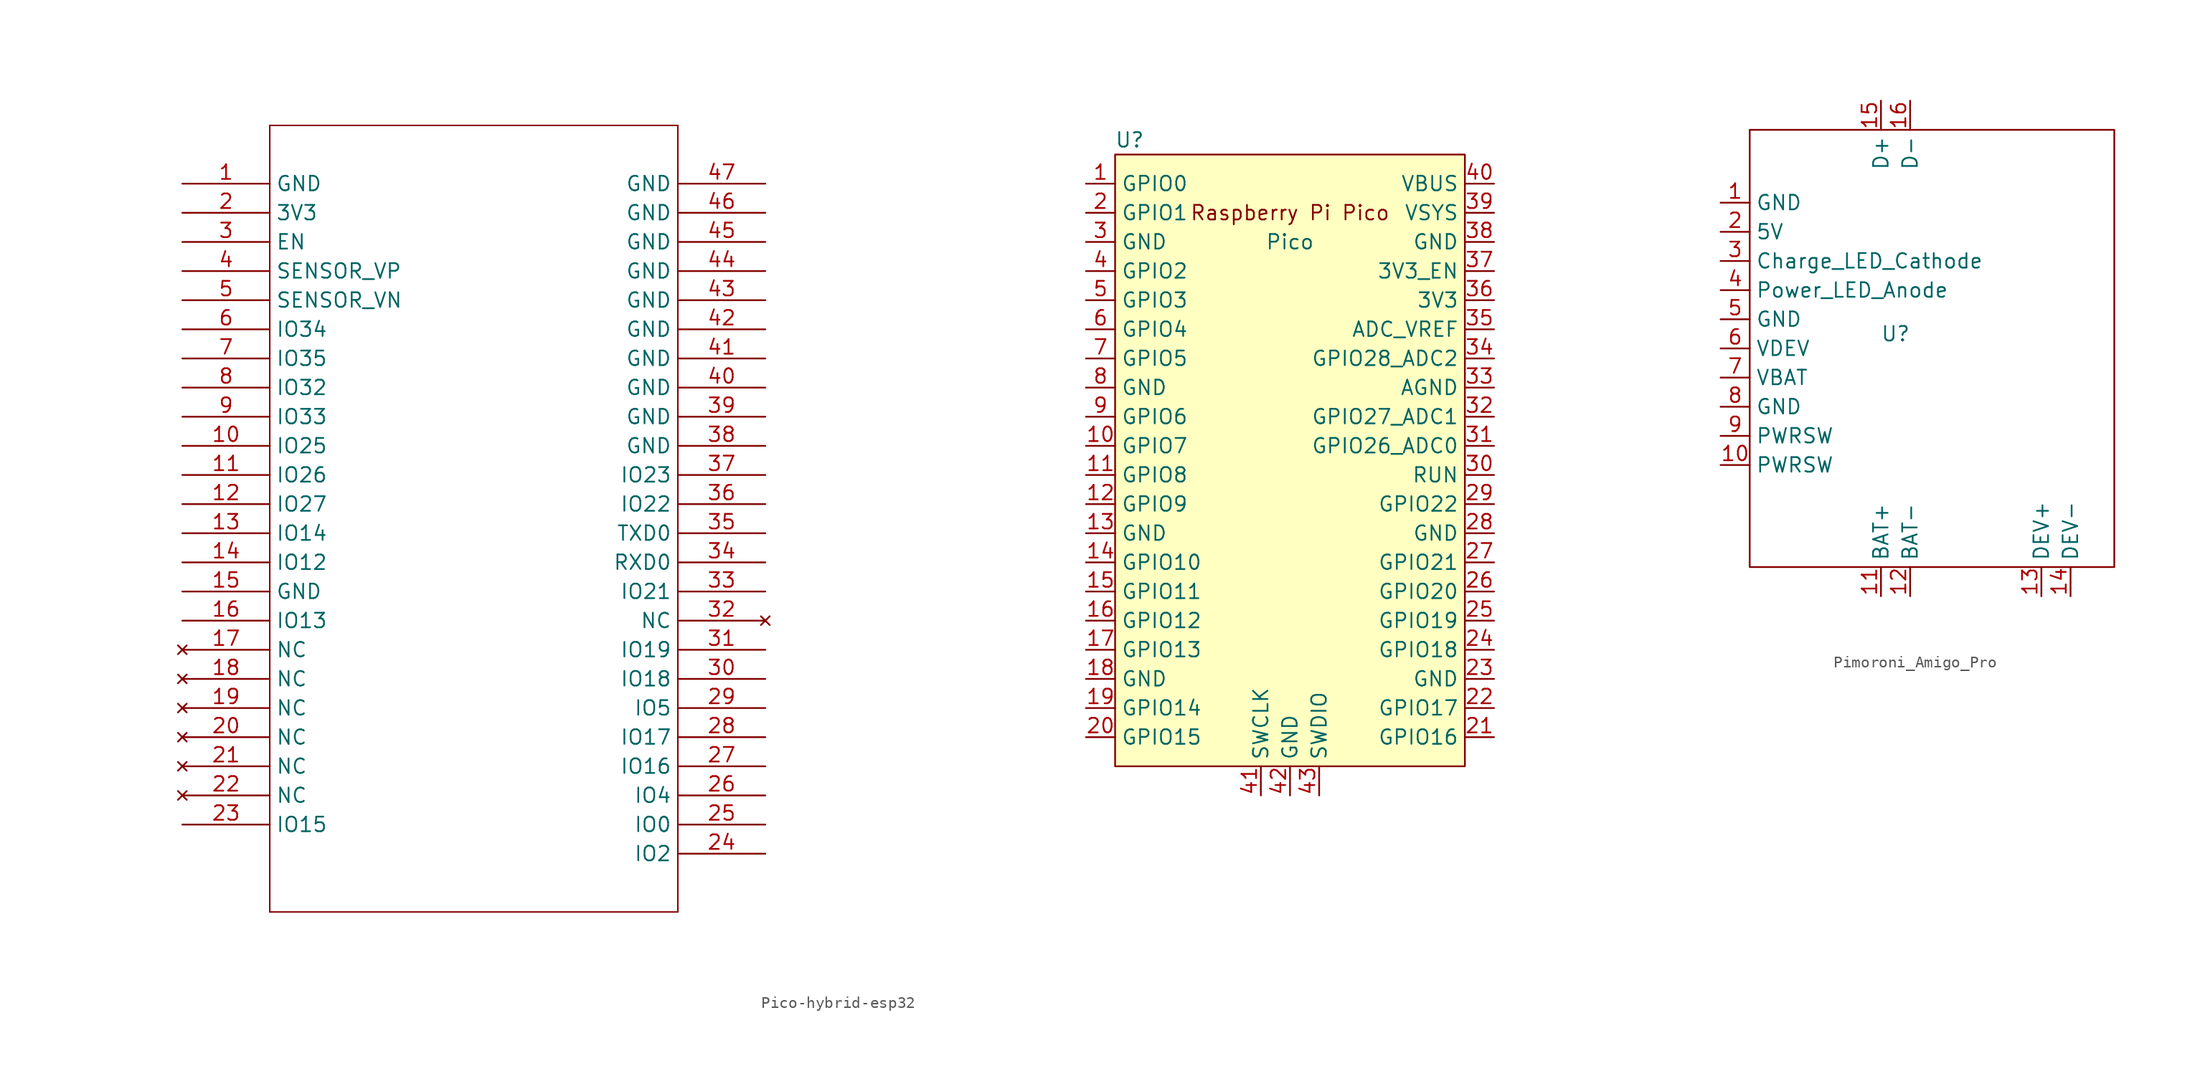
<source format=kicad_sym>
(kicad_symbol_lib
  (version 20220914)
  (generator kicad_symbol_editor)
  (symbol "Pico-hybrid-esp32"
    (property "Reference" "U"
      (at -13.97 27.94 0)
      (effects (font (size 1.27 1.27))))
    (property "Value" "Pico"
      (at 0 19.05 0)
      (effects (font (size 1.27 1.27))))
    (symbol "Pico-hybrid-esp32_0_0"
      (text "Raspberry Pi Pico" (at 0 21.59 0) (effects (font (size 1.27 1.27)))))
    (symbol "Pico-hybrid-esp32_0_1"
      (rectangle (start -15.24 26.67) (end 15.24 -26.67) (stroke (width 0) (type default)) (fill (type background)))
      (polyline (pts (xy -88.9 -39.37) (xy -53.34 -39.37)) (stroke (width 0.127) (type default)) (fill (type none)))
      (polyline (pts (xy -88.9 29.21) (xy -88.9 -39.37)) (stroke (width 0.127) (type default)) (fill (type none)))
      (polyline (pts (xy -53.34 -39.37) (xy -53.34 29.21)) (stroke (width 0.127) (type default)) (fill (type none)))
      (polyline (pts (xy -53.34 29.21) (xy -88.9 29.21)) (stroke (width 0.127) (type default)) (fill (type none)))
      (pin power_out line (at -96.52 24.13 0) (length 7.62) (name "GND" (effects (font (size 1.27 1.27)))) (number "1" (effects (font (size 1.27 1.27)))))
      (pin bidirectional line (at -96.52 1.27 0) (length 7.62) (name "IO25" (effects (font (size 1.27 1.27)))) (number "10" (effects (font (size 1.27 1.27)))))
      (pin bidirectional line (at -96.52 -1.27 0) (length 7.62) (name "IO26" (effects (font (size 1.27 1.27)))) (number "11" (effects (font (size 1.27 1.27)))))
      (pin bidirectional line (at -96.52 -3.81 0) (length 7.62) (name "IO27" (effects (font (size 1.27 1.27)))) (number "12" (effects (font (size 1.27 1.27)))))
      (pin bidirectional line (at -96.52 -6.35 0) (length 7.62) (name "IO14" (effects (font (size 1.27 1.27)))) (number "13" (effects (font (size 1.27 1.27)))))
      (pin bidirectional line (at -96.52 -8.89 0) (length 7.62) (name "IO12" (effects (font (size 1.27 1.27)))) (number "14" (effects (font (size 1.27 1.27)))))
      (pin power_out line (at -96.52 -11.43 0) (length 7.62) (name "GND" (effects (font (size 1.27 1.27)))) (number "15" (effects (font (size 1.27 1.27)))))
      (pin bidirectional line (at -96.52 -13.97 0) (length 7.62) (name "IO13" (effects (font (size 1.27 1.27)))) (number "16" (effects (font (size 1.27 1.27)))))
      (pin no_connect line (at -96.52 -16.51 0) (length 7.62) (name "NC" (effects (font (size 1.27 1.27)))) (number "17" (effects (font (size 1.27 1.27)))))
      (pin no_connect line (at -96.52 -19.05 0) (length 7.62) (name "NC" (effects (font (size 1.27 1.27)))) (number "18" (effects (font (size 1.27 1.27)))))
      (pin no_connect line (at -96.52 -21.59 0) (length 7.62) (name "NC" (effects (font (size 1.27 1.27)))) (number "19" (effects (font (size 1.27 1.27)))))
      (pin power_in line (at -96.52 21.59 0) (length 7.62) (name "3V3" (effects (font (size 1.27 1.27)))) (number "2" (effects (font (size 1.27 1.27)))))
      (pin no_connect line (at -96.52 -24.13 0) (length 7.62) (name "NC" (effects (font (size 1.27 1.27)))) (number "20" (effects (font (size 1.27 1.27)))))
      (pin no_connect line (at -96.52 -26.67 0) (length 7.62) (name "NC" (effects (font (size 1.27 1.27)))) (number "21" (effects (font (size 1.27 1.27)))))
      (pin no_connect line (at -96.52 -29.21 0) (length 7.62) (name "NC" (effects (font (size 1.27 1.27)))) (number "22" (effects (font (size 1.27 1.27)))))
      (pin bidirectional line (at -96.52 -31.75 0) (length 7.62) (name "IO15" (effects (font (size 1.27 1.27)))) (number "23" (effects (font (size 1.27 1.27)))))
      (pin bidirectional line (at -45.72 -34.29 180) (length 7.62) (name "IO2" (effects (font (size 1.27 1.27)))) (number "24" (effects (font (size 1.27 1.27)))))
      (pin bidirectional line (at -45.72 -31.75 180) (length 7.62) (name "IO0" (effects (font (size 1.27 1.27)))) (number "25" (effects (font (size 1.27 1.27)))))
      (pin bidirectional line (at -45.72 -29.21 180) (length 7.62) (name "IO4" (effects (font (size 1.27 1.27)))) (number "26" (effects (font (size 1.27 1.27)))))
      (pin bidirectional line (at -45.72 -26.67 180) (length 7.62) (name "IO16" (effects (font (size 1.27 1.27)))) (number "27" (effects (font (size 1.27 1.27)))))
      (pin bidirectional line (at -45.72 -24.13 180) (length 7.62) (name "IO17" (effects (font (size 1.27 1.27)))) (number "28" (effects (font (size 1.27 1.27)))))
      (pin bidirectional line (at -45.72 -21.59 180) (length 7.62) (name "IO5" (effects (font (size 1.27 1.27)))) (number "29" (effects (font (size 1.27 1.27)))))
      (pin input line (at -96.52 19.05 0) (length 7.62) (name "EN" (effects (font (size 1.27 1.27)))) (number "3" (effects (font (size 1.27 1.27)))))
      (pin bidirectional line (at -45.72 -19.05 180) (length 7.62) (name "IO18" (effects (font (size 1.27 1.27)))) (number "30" (effects (font (size 1.27 1.27)))))
      (pin bidirectional line (at -45.72 -16.51 180) (length 7.62) (name "IO19" (effects (font (size 1.27 1.27)))) (number "31" (effects (font (size 1.27 1.27)))))
      (pin no_connect line (at -45.72 -13.97 180) (length 7.62) (name "NC" (effects (font (size 1.27 1.27)))) (number "32" (effects (font (size 1.27 1.27)))))
      (pin bidirectional line (at -45.72 -11.43 180) (length 7.62) (name "IO21" (effects (font (size 1.27 1.27)))) (number "33" (effects (font (size 1.27 1.27)))))
      (pin bidirectional line (at -45.72 -8.89 180) (length 7.62) (name "RXD0" (effects (font (size 1.27 1.27)))) (number "34" (effects (font (size 1.27 1.27)))))
      (pin bidirectional line (at -45.72 -6.35 180) (length 7.62) (name "TXD0" (effects (font (size 1.27 1.27)))) (number "35" (effects (font (size 1.27 1.27)))))
      (pin bidirectional line (at -45.72 -3.81 180) (length 7.62) (name "IO22" (effects (font (size 1.27 1.27)))) (number "36" (effects (font (size 1.27 1.27)))))
      (pin bidirectional line (at -45.72 -1.27 180) (length 7.62) (name "IO23" (effects (font (size 1.27 1.27)))) (number "37" (effects (font (size 1.27 1.27)))))
      (pin power_out line (at -45.72 1.27 180) (length 7.62) (name "GND" (effects (font (size 1.27 1.27)))) (number "38" (effects (font (size 1.27 1.27)))))
      (pin power_out line (at -45.72 3.81 180) (length 7.62) (name "GND" (effects (font (size 1.27 1.27)))) (number "39" (effects (font (size 1.27 1.27)))))
      (pin input line (at -96.52 16.51 0) (length 7.62) (name "SENSOR_VP" (effects (font (size 1.27 1.27)))) (number "4" (effects (font (size 1.27 1.27)))))
      (pin power_out line (at -45.72 6.35 180) (length 7.62) (name "GND" (effects (font (size 1.27 1.27)))) (number "40" (effects (font (size 1.27 1.27)))))
      (pin power_out line (at -45.72 8.89 180) (length 7.62) (name "GND" (effects (font (size 1.27 1.27)))) (number "41" (effects (font (size 1.27 1.27)))))
      (pin power_out line (at -45.72 11.43 180) (length 7.62) (name "GND" (effects (font (size 1.27 1.27)))) (number "42" (effects (font (size 1.27 1.27)))))
      (pin power_out line (at -45.72 13.97 180) (length 7.62) (name "GND" (effects (font (size 1.27 1.27)))) (number "43" (effects (font (size 1.27 1.27)))))
      (pin power_out line (at -45.72 16.51 180) (length 7.62) (name "GND" (effects (font (size 1.27 1.27)))) (number "44" (effects (font (size 1.27 1.27)))))
      (pin power_out line (at -45.72 19.05 180) (length 7.62) (name "GND" (effects (font (size 1.27 1.27)))) (number "45" (effects (font (size 1.27 1.27)))))
      (pin power_out line (at -45.72 21.59 180) (length 7.62) (name "GND" (effects (font (size 1.27 1.27)))) (number "46" (effects (font (size 1.27 1.27)))))
      (pin power_out line (at -45.72 24.13 180) (length 7.62) (name "GND" (effects (font (size 1.27 1.27)))) (number "47" (effects (font (size 1.27 1.27)))))
      (pin input line (at -96.52 13.97 0) (length 7.62) (name "SENSOR_VN" (effects (font (size 1.27 1.27)))) (number "5" (effects (font (size 1.27 1.27)))))
      (pin input line (at -96.52 11.43 0) (length 7.62) (name "IO34" (effects (font (size 1.27 1.27)))) (number "6" (effects (font (size 1.27 1.27)))))
      (pin input line (at -96.52 8.89 0) (length 7.62) (name "IO35" (effects (font (size 1.27 1.27)))) (number "7" (effects (font (size 1.27 1.27)))))
      (pin bidirectional line (at -96.52 6.35 0) (length 7.62) (name "IO32" (effects (font (size 1.27 1.27)))) (number "8" (effects (font (size 1.27 1.27)))))
      (pin bidirectional line (at -96.52 3.81 0) (length 7.62) (name "IO33" (effects (font (size 1.27 1.27)))) (number "9" (effects (font (size 1.27 1.27))))))
    (symbol "Pico-hybrid-esp32_1_1"
      (pin bidirectional line (at -17.78 24.13 0) (length 2.54) (name "GPIO0" (effects (font (size 1.27 1.27)))) (number "1" (effects (font (size 1.27 1.27)))))
      (pin bidirectional line (at -17.78 1.27 0) (length 2.54) (name "GPIO7" (effects (font (size 1.27 1.27)))) (number "10" (effects (font (size 1.27 1.27)))))
      (pin bidirectional line (at -17.78 -1.27 0) (length 2.54) (name "GPIO8" (effects (font (size 1.27 1.27)))) (number "11" (effects (font (size 1.27 1.27)))))
      (pin bidirectional line (at -17.78 -3.81 0) (length 2.54) (name "GPIO9" (effects (font (size 1.27 1.27)))) (number "12" (effects (font (size 1.27 1.27)))))
      (pin power_in line (at -17.78 -6.35 0) (length 2.54) (name "GND" (effects (font (size 1.27 1.27)))) (number "13" (effects (font (size 1.27 1.27)))))
      (pin bidirectional line (at -17.78 -8.89 0) (length 2.54) (name "GPIO10" (effects (font (size 1.27 1.27)))) (number "14" (effects (font (size 1.27 1.27)))))
      (pin bidirectional line (at -17.78 -11.43 0) (length 2.54) (name "GPIO11" (effects (font (size 1.27 1.27)))) (number "15" (effects (font (size 1.27 1.27)))))
      (pin bidirectional line (at -17.78 -13.97 0) (length 2.54) (name "GPIO12" (effects (font (size 1.27 1.27)))) (number "16" (effects (font (size 1.27 1.27)))))
      (pin bidirectional line (at -17.78 -16.51 0) (length 2.54) (name "GPIO13" (effects (font (size 1.27 1.27)))) (number "17" (effects (font (size 1.27 1.27)))))
      (pin power_in line (at -17.78 -19.05 0) (length 2.54) (name "GND" (effects (font (size 1.27 1.27)))) (number "18" (effects (font (size 1.27 1.27)))))
      (pin bidirectional line (at -17.78 -21.59 0) (length 2.54) (name "GPIO14" (effects (font (size 1.27 1.27)))) (number "19" (effects (font (size 1.27 1.27)))))
      (pin bidirectional line (at -17.78 21.59 0) (length 2.54) (name "GPIO1" (effects (font (size 1.27 1.27)))) (number "2" (effects (font (size 1.27 1.27)))))
      (pin bidirectional line (at -17.78 -24.13 0) (length 2.54) (name "GPIO15" (effects (font (size 1.27 1.27)))) (number "20" (effects (font (size 1.27 1.27)))))
      (pin bidirectional line (at 17.78 -24.13 180) (length 2.54) (name "GPIO16" (effects (font (size 1.27 1.27)))) (number "21" (effects (font (size 1.27 1.27)))))
      (pin bidirectional line (at 17.78 -21.59 180) (length 2.54) (name "GPIO17" (effects (font (size 1.27 1.27)))) (number "22" (effects (font (size 1.27 1.27)))))
      (pin power_in line (at 17.78 -19.05 180) (length 2.54) (name "GND" (effects (font (size 1.27 1.27)))) (number "23" (effects (font (size 1.27 1.27)))))
      (pin bidirectional line (at 17.78 -16.51 180) (length 2.54) (name "GPIO18" (effects (font (size 1.27 1.27)))) (number "24" (effects (font (size 1.27 1.27)))))
      (pin bidirectional line (at 17.78 -13.97 180) (length 2.54) (name "GPIO19" (effects (font (size 1.27 1.27)))) (number "25" (effects (font (size 1.27 1.27)))))
      (pin bidirectional line (at 17.78 -11.43 180) (length 2.54) (name "GPIO20" (effects (font (size 1.27 1.27)))) (number "26" (effects (font (size 1.27 1.27)))))
      (pin bidirectional line (at 17.78 -8.89 180) (length 2.54) (name "GPIO21" (effects (font (size 1.27 1.27)))) (number "27" (effects (font (size 1.27 1.27)))))
      (pin power_in line (at 17.78 -6.35 180) (length 2.54) (name "GND" (effects (font (size 1.27 1.27)))) (number "28" (effects (font (size 1.27 1.27)))))
      (pin bidirectional line (at 17.78 -3.81 180) (length 2.54) (name "GPIO22" (effects (font (size 1.27 1.27)))) (number "29" (effects (font (size 1.27 1.27)))))
      (pin power_in line (at -17.78 19.05 0) (length 2.54) (name "GND" (effects (font (size 1.27 1.27)))) (number "3" (effects (font (size 1.27 1.27)))))
      (pin input line (at 17.78 -1.27 180) (length 2.54) (name "RUN" (effects (font (size 1.27 1.27)))) (number "30" (effects (font (size 1.27 1.27)))))
      (pin bidirectional line (at 17.78 1.27 180) (length 2.54) (name "GPIO26_ADC0" (effects (font (size 1.27 1.27)))) (number "31" (effects (font (size 1.27 1.27)))))
      (pin bidirectional line (at 17.78 3.81 180) (length 2.54) (name "GPIO27_ADC1" (effects (font (size 1.27 1.27)))) (number "32" (effects (font (size 1.27 1.27)))))
      (pin power_in line (at 17.78 6.35 180) (length 2.54) (name "AGND" (effects (font (size 1.27 1.27)))) (number "33" (effects (font (size 1.27 1.27)))))
      (pin bidirectional line (at 17.78 8.89 180) (length 2.54) (name "GPIO28_ADC2" (effects (font (size 1.27 1.27)))) (number "34" (effects (font (size 1.27 1.27)))))
      (pin power_in line (at 17.78 11.43 180) (length 2.54) (name "ADC_VREF" (effects (font (size 1.27 1.27)))) (number "35" (effects (font (size 1.27 1.27)))))
      (pin power_in line (at 17.78 13.97 180) (length 2.54) (name "3V3" (effects (font (size 1.27 1.27)))) (number "36" (effects (font (size 1.27 1.27)))))
      (pin input line (at 17.78 16.51 180) (length 2.54) (name "3V3_EN" (effects (font (size 1.27 1.27)))) (number "37" (effects (font (size 1.27 1.27)))))
      (pin power_in line (at 17.78 19.05 180) (length 2.54) (name "GND" (effects (font (size 1.27 1.27)))) (number "38" (effects (font (size 1.27 1.27)))))
      (pin power_in line (at 17.78 21.59 180) (length 2.54) (name "VSYS" (effects (font (size 1.27 1.27)))) (number "39" (effects (font (size 1.27 1.27)))))
      (pin bidirectional line (at -17.78 16.51 0) (length 2.54) (name "GPIO2" (effects (font (size 1.27 1.27)))) (number "4" (effects (font (size 1.27 1.27)))))
      (pin power_in line (at 17.78 24.13 180) (length 2.54) (name "VBUS" (effects (font (size 1.27 1.27)))) (number "40" (effects (font (size 1.27 1.27)))))
      (pin input line (at -2.54 -29.21 90) (length 2.54) (name "SWCLK" (effects (font (size 1.27 1.27)))) (number "41" (effects (font (size 1.27 1.27)))))
      (pin power_in line (at 0 -29.21 90) (length 2.54) (name "GND" (effects (font (size 1.27 1.27)))) (number "42" (effects (font (size 1.27 1.27)))))
      (pin bidirectional line (at 2.54 -29.21 90) (length 2.54) (name "SWDIO" (effects (font (size 1.27 1.27)))) (number "43" (effects (font (size 1.27 1.27)))))
      (pin bidirectional line (at -17.78 13.97 0) (length 2.54) (name "GPIO3" (effects (font (size 1.27 1.27)))) (number "5" (effects (font (size 1.27 1.27)))))
      (pin bidirectional line (at -17.78 11.43 0) (length 2.54) (name "GPIO4" (effects (font (size 1.27 1.27)))) (number "6" (effects (font (size 1.27 1.27)))))
      (pin bidirectional line (at -17.78 8.89 0) (length 2.54) (name "GPIO5" (effects (font (size 1.27 1.27)))) (number "7" (effects (font (size 1.27 1.27)))))
      (pin power_in line (at -17.78 6.35 0) (length 2.54) (name "GND" (effects (font (size 1.27 1.27)))) (number "8" (effects (font (size 1.27 1.27)))))
      (pin bidirectional line (at -17.78 3.81 0) (length 2.54) (name "GPIO6" (effects (font (size 1.27 1.27)))) (number "9" (effects (font (size 1.27 1.27)))))))
  (symbol "Pimoroni_Amigo_Pro"
    (property "Reference" "U"
      (at 12.7 -17.78 0)
      (effects (font (size 1.27 1.27))))
    (property "Value" ""
      (at 0 -6.35 0)
      (effects (font (size 1.27 1.27))))
    (symbol "Pimoroni_Amigo_Pro_0_0"
      (pin power_in line (at -2.54 -6.35 0) (length 2.54) (name "GND" (effects (font (size 1.27 1.27)))) (number "1" (effects (font (size 1.27 1.27)))))
      (pin passive line (at -2.54 -29.21 0) (length 2.54) (name "PWRSW" (effects (font (size 1.27 1.27)))) (number "10" (effects (font (size 1.27 1.27)))))
      (pin power_in line (at 11.43 -40.64 90) (length 2.54) (name "BAT+" (effects (font (size 1.27 1.27)))) (number "11" (effects (font (size 1.27 1.27)))))
      (pin power_in line (at 13.97 -40.64 90) (length 2.54) (name "BAT-" (effects (font (size 1.27 1.27)))) (number "12" (effects (font (size 1.27 1.27)))))
      (pin power_out line (at 25.4 -40.64 90) (length 2.54) (name "DEV+" (effects (font (size 1.27 1.27)))) (number "13" (effects (font (size 1.27 1.27)))))
      (pin power_in line (at 27.94 -40.64 90) (length 2.54) (name "DEV-" (effects (font (size 1.27 1.27)))) (number "14" (effects (font (size 1.27 1.27)))))
      (pin bidirectional line (at 11.43 2.54 270) (length 2.54) (name "D+" (effects (font (size 1.27 1.27)))) (number "15" (effects (font (size 1.27 1.27)))))
      (pin bidirectional line (at 13.97 2.54 270) (length 2.54) (name "D-" (effects (font (size 1.27 1.27)))) (number "16" (effects (font (size 1.27 1.27)))))
      (pin power_in line (at -2.54 -8.89 0) (length 2.54) (name "5V" (effects (font (size 1.27 1.27)))) (number "2" (effects (font (size 1.27 1.27)))))
      (pin output line (at -2.54 -11.43 0) (length 2.54) (name "Charge_LED_Cathode" (effects (font (size 1.27 1.27)))) (number "3" (effects (font (size 1.27 1.27)))))
      (pin output line (at -2.54 -13.97 0) (length 2.54) (name "Power_LED_Anode" (effects (font (size 1.27 1.27)))) (number "4" (effects (font (size 1.27 1.27)))))
      (pin power_in line (at -2.54 -16.51 0) (length 2.54) (name "GND" (effects (font (size 1.27 1.27)))) (number "5" (effects (font (size 1.27 1.27)))))
      (pin power_in line (at -2.54 -19.05 0) (length 2.54) (name "VDEV" (effects (font (size 1.27 1.27)))) (number "6" (effects (font (size 1.27 1.27)))))
      (pin power_in line (at -2.54 -21.59 0) (length 2.54) (name "VBAT" (effects (font (size 1.27 1.27)))) (number "7" (effects (font (size 1.27 1.27)))))
      (pin power_in line (at -2.54 -24.13 0) (length 2.54) (name "GND" (effects (font (size 1.27 1.27)))) (number "8" (effects (font (size 1.27 1.27)))))
      (pin passive line (at -2.54 -26.67 0) (length 2.54) (name "PWRSW" (effects (font (size 1.27 1.27)))) (number "9" (effects (font (size 1.27 1.27))))))
    (symbol "Pimoroni_Amigo_Pro_0_1"
      (rectangle (start 0 0) (end 31.75 -38.1) (stroke (width 0) (type default)) (fill (type none))))))
</source>
